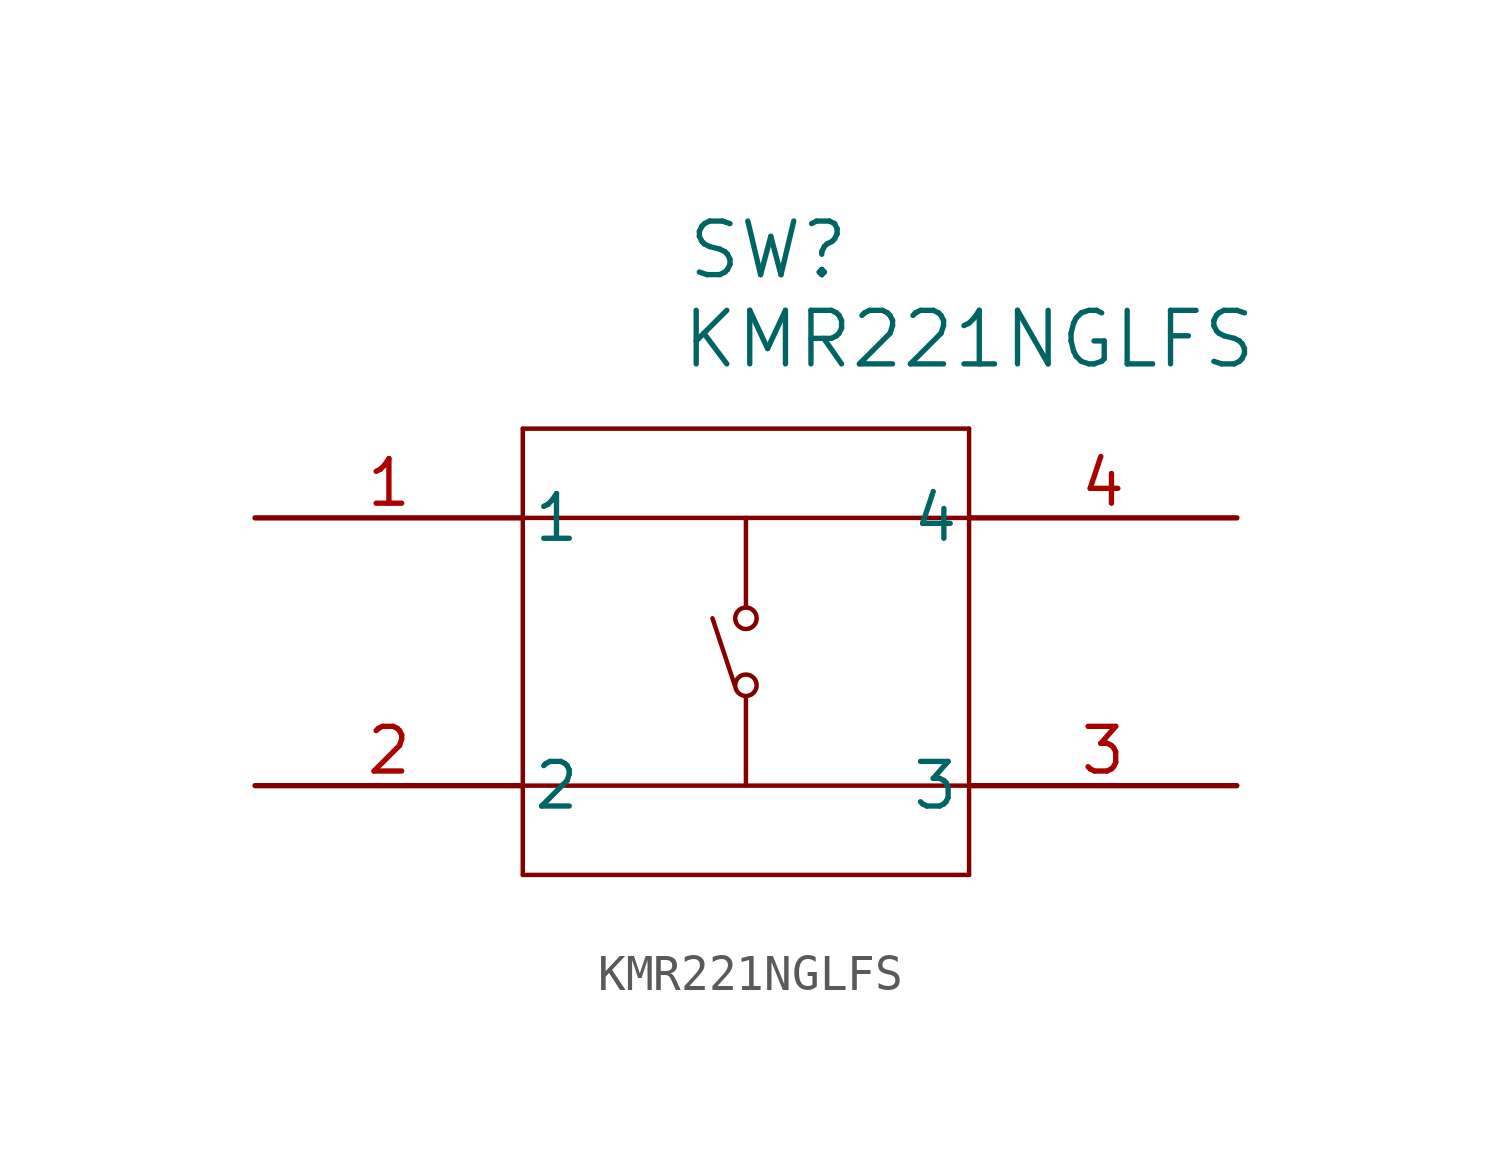
<source format=kicad_sym>
(kicad_symbol_lib
  (version 20211014)
  (generator kicad_symbol_editor)
  (symbol "KMR221NGLFS"
    (pin_names
      (offset 0.254))
    (property "Reference" "SW"
      (at 14.605 7.62 0)
      (effects (font (size 1.524 1.524))))
    (property "Value" "KMR221NGLFS"
      (at 20.32 5.08 0)
      (effects (font (size 1.524 1.524))))
    (symbol "KMR221NGLFS_0_1"
      (polyline (pts (xy 7.62 2.54) (xy 7.62 -10.16)) (stroke (width 0.127) (type default) (color 0 0 0 0)) (fill (type none)))
      (polyline (pts (xy 7.62 -10.16) (xy 20.32 -10.16)) (stroke (width 0.127) (type default) (color 0 0 0 0)) (fill (type none)))
      (polyline (pts (xy 20.32 -10.16) (xy 20.32 2.54)) (stroke (width 0.127) (type default) (color 0 0 0 0)) (fill (type none)))
      (polyline (pts (xy 20.32 2.54) (xy 7.62 2.54)) (stroke (width 0.127) (type default) (color 0 0 0 0)) (fill (type none)))
      (polyline (pts (xy 7.62 0) (xy 20.32 0)) (stroke (width 0.127) (type default) (color 0 0 0 0)) (fill (type none)))
      (polyline (pts (xy 7.62 -7.62) (xy 20.32 -7.62)) (stroke (width 0.127) (type default) (color 0 0 0 0)) (fill (type none)))
      (polyline (pts (xy 13.97 0) (xy 13.97 -2.54)) (stroke (width 0.127) (type default) (color 0 0 0 0)) (fill (type none)))
      (polyline (pts (xy 13.97 -7.62) (xy 13.97 -5.08)) (stroke (width 0.127) (type default) (color 0 0 0 0)) (fill (type none)))
      (circle (center 13.97 -4.763) (radius 0.305) (stroke (width 0.127) (type default) (color 0 0 0 0)) (fill (type none)))
      (circle (center 13.97 -2.857) (radius 0.305) (stroke (width 0.127) (type default) (color 0 0 0 0)) (fill (type none)))
      (polyline (pts (xy 13.652 -4.763) (xy 13.018 -2.857)) (stroke (width 0.127) (type default) (color 0 0 0 0)) (fill (type none)))
      (pin unspecified line (at 0 0 0) (length 7.62) (name "1" (effects (font (size 1.27 1.27)))) (number "1" (effects (font (size 1.27 1.27)))))
      (pin unspecified line (at 0 -7.62 0) (length 7.62) (name "2" (effects (font (size 1.27 1.27)))) (number "2" (effects (font (size 1.27 1.27)))))
      (pin unspecified line (at 27.94 -7.62 180) (length 7.62) (name "3" (effects (font (size 1.27 1.27)))) (number "3" (effects (font (size 1.27 1.27)))))
      (pin unspecified line (at 27.94 0 180) (length 7.62) (name "4" (effects (font (size 1.27 1.27)))) (number "4" (effects (font (size 1.27 1.27))))))))
</source>
